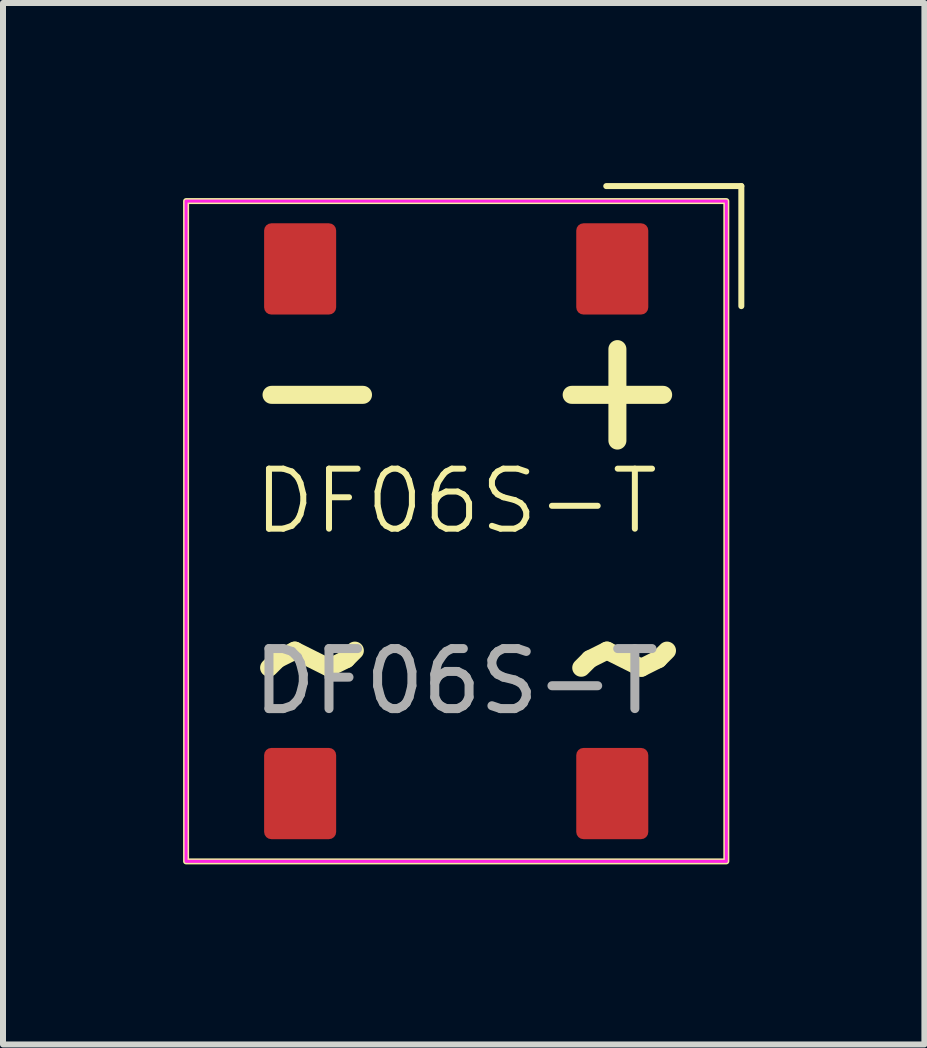
<source format=kicad_pcb>
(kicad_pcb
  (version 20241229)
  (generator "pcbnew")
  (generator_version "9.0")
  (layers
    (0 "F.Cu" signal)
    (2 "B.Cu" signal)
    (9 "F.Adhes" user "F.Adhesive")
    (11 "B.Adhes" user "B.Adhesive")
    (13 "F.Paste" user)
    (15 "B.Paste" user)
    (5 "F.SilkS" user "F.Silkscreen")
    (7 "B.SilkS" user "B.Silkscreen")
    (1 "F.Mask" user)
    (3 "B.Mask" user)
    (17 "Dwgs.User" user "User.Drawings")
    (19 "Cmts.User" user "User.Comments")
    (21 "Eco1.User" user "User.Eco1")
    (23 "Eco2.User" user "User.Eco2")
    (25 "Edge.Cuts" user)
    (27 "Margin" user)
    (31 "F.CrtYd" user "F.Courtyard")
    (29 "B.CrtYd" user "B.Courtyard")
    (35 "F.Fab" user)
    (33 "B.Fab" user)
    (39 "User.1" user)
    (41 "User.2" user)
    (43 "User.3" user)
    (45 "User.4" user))
  (footprint "DF06S-T"
    (layer "F.Cu")
    (at 4.55 5.8)
    (property "Reference" "DF06S-T" (at 0 -0.5 0) (unlocked yes) (layer "F.SilkS") (effects (font (size 1 1) (thickness 0.1))))
    (attr smd)
    (fp_line (start 2.5 -5.75) (end 4.75 -5.75) (stroke (width 0.1) (type default)) (layer "F.SilkS"))
    (fp_line (start 4.75 -5.75) (end 4.75 -3.75) (stroke (width 0.1) (type default)) (layer "F.SilkS"))
    (fp_rect (start -4.5 -5.5) (end 4.5 5.5) (stroke (width 0.1) (type default)) (fill no) (layer "F.SilkS"))
    (fp_rect (start -4.5 -5.5) (end 4.5 5.5) (stroke (width 0.05) (type default)) (fill no) (layer "F.CrtYd"))
    (fp_text user "+" (at 1.25 -1.25 0) (unlocked yes) (layer "F.SilkS") (effects (font (size 2 2) (thickness 0.3)) (justify left bottom)))
    (fp_text user "~" (at -3.6 3.8 0) (unlocked yes) (layer "F.SilkS") (effects (font (size 3 3) (thickness 0.3)) (justify left bottom)))
    (fp_text user "~" (at 1.6 3.8 0) (unlocked yes) (layer "F.SilkS") (effects (font (size 3 3) (thickness 0.3)) (justify left bottom)))
    (fp_text user "-" (at -3.75 -1.25 0) (unlocked yes) (layer "F.SilkS") (effects (font (size 2 2) (thickness 0.3)) (justify left bottom)))
    (fp_text user "${REFERENCE}" (at 0 2.5 0) (unlocked yes) (layer "F.Fab") (effects (font (size 1 1) (thickness 0.15))))
    (pad "1" smd roundrect (at 2.6 -4.37) (size 1.2 1.52) (layers "F.Cu" "F.Mask" "F.Paste") (roundrect_rratio 0.1))
    (pad "2" smd roundrect (at 2.6 4.37) (size 1.2 1.52) (layers "F.Cu" "F.Mask" "F.Paste") (roundrect_rratio 0.1))
    (pad "3" smd roundrect (at -2.6 -4.37) (size 1.2 1.52) (layers "F.Cu" "F.Mask" "F.Paste") (roundrect_rratio 0.1))
    (pad "4" smd roundrect (at -2.6 4.37) (size 1.2 1.52) (layers "F.Cu" "F.Mask" "F.Paste") (roundrect_rratio 0.1)))
  (gr_rect
    (start -3 -3)
    (end 12.35 14.35)
    (stroke (width 0.1) (type default))
    (fill no)
    (layer "Edge.Cuts")))
</source>
